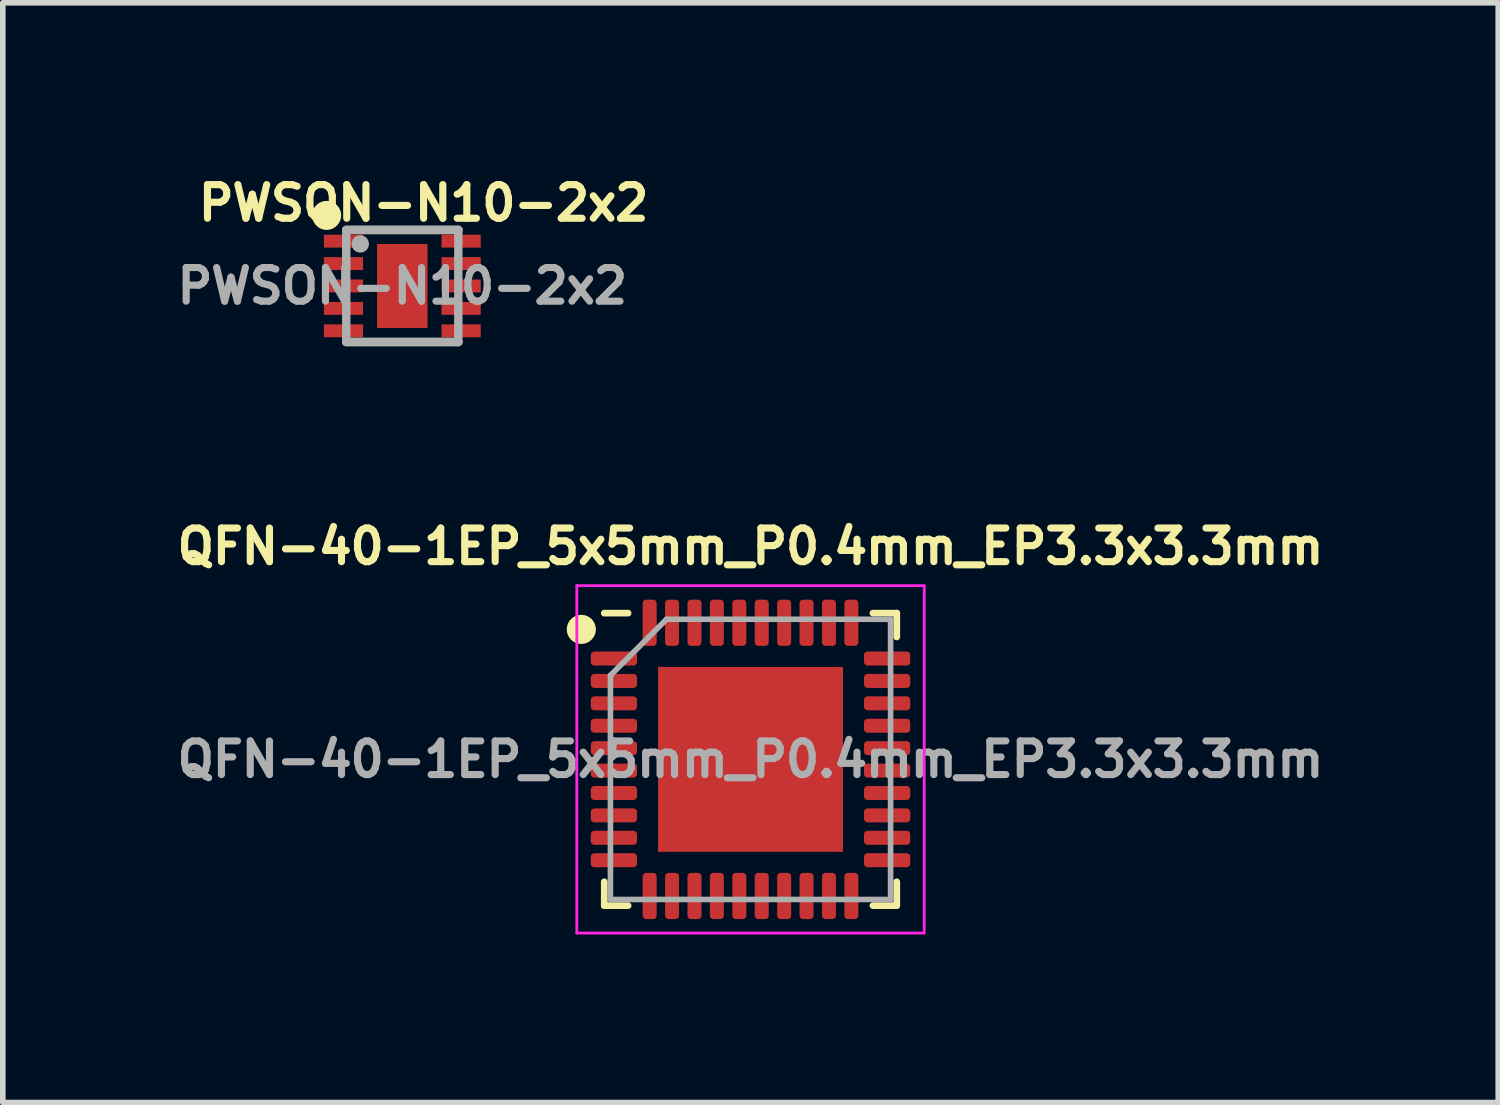
<source format=kicad_pcb>
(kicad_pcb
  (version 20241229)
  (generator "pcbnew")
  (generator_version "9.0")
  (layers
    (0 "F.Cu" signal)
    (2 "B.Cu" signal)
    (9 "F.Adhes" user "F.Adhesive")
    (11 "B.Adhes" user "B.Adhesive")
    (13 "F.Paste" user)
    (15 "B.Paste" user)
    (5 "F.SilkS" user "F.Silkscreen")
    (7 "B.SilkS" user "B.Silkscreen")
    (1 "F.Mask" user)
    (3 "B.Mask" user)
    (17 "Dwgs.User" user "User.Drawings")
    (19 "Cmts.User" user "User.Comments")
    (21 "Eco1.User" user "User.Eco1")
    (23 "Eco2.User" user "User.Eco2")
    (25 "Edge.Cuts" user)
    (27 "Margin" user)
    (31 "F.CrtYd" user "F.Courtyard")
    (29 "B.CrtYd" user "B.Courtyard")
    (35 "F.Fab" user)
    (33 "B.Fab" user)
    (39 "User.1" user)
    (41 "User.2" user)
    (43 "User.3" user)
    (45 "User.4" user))
  (footprint "PWSON-N10-2x2"
    (layer "F.Cu")
    (at 4.13 2.054)
    (property "Reference" "PWSON-N10-2x2" (at 0.38 -1.48 0) (layer "F.SilkS") (effects (font (size 0.6 0.6) (thickness 0.127))))
    (attr smd)
    (fp_line (start -1 -1) (end 1 -1) (stroke (width 0.15) (type solid)) (layer "F.SilkS"))
    (fp_line (start -1 1) (end 1 1) (stroke (width 0.15) (type solid)) (layer "F.SilkS"))
    (fp_circle (center -1.35 -1.26) (end -1.166 -1.26) (stroke (width 0.15) (type solid)) (fill yes) (layer "F.SilkS"))
    (fp_line (start -1 -1) (end 1 -1) (stroke (width 0.15) (type solid)) (layer "F.Fab"))
    (fp_line (start -1 1) (end -1 -1) (stroke (width 0.15) (type solid)) (layer "F.Fab"))
    (fp_line (start 1 -1) (end 1 1) (stroke (width 0.15) (type solid)) (layer "F.Fab"))
    (fp_line (start 1 1) (end -1 1) (stroke (width 0.15) (type solid)) (layer "F.Fab"))
    (fp_circle (center -0.75 -0.75) (end -0.67 -0.75) (stroke (width 0.15) (type solid)) (fill no) (layer "F.Fab"))
    (fp_text user "${REFERENCE}" (at 0 0 0) (layer "F.Fab") (effects (font (size 0.6 0.6) (thickness 0.127))))
    (pad "1" smd rect (at -1.05 -0.8) (size 0.7 0.23) (layers "F.Cu" "F.Mask" "F.Paste"))
    (pad "2" smd rect (at -1.05 -0.4) (size 0.7 0.23) (layers "F.Cu" "F.Mask" "F.Paste"))
    (pad "3" smd rect (at -1.05 0) (size 0.7 0.23) (layers "F.Cu" "F.Mask" "F.Paste"))
    (pad "4" smd rect (at -1.05 0.4) (size 0.7 0.23) (layers "F.Cu" "F.Mask" "F.Paste"))
    (pad "5" smd rect (at -1.05 0.8) (size 0.7 0.23) (layers "F.Cu" "F.Mask" "F.Paste"))
    (pad "6" smd rect (at 1.05 0.8) (size 0.7 0.23) (layers "F.Cu" "F.Mask" "F.Paste"))
    (pad "7" smd rect (at 1.05 0.4) (size 0.7 0.23) (layers "F.Cu" "F.Mask" "F.Paste"))
    (pad "8" smd rect (at 1.05 0) (size 0.7 0.23) (layers "F.Cu" "F.Mask" "F.Paste"))
    (pad "9" smd rect (at 1.05 -0.4) (size 0.7 0.23) (layers "F.Cu" "F.Mask" "F.Paste"))
    (pad "10" smd rect (at 1.05 -0.8) (size 0.7 0.23) (layers "F.Cu" "F.Mask" "F.Paste"))
    (pad "11" smd rect (at 0 0) (size 0.9 1.5) (layers "F.Cu" "F.Mask" "F.Paste")))
  (footprint "QFN-40-1EP_5x5mm_P0.4mm_EP3.3x3.3mm"
    (layer "F.Cu")
    (at 10.345 10.503)
    (property "Reference" "QFN-40-1EP_5x5mm_P0.4mm_EP3.3x3.3mm" (at 0 -3.8 0) (layer "F.SilkS") (effects (font (size 0.6 0.6) (thickness 0.127))))
    (attr smd)
    (fp_line (start -2.61 2.61) (end -2.61 2.185) (stroke (width 0.12) (type solid)) (layer "F.SilkS"))
    (fp_line (start -2.185 -2.61) (end -2.61 -2.61) (stroke (width 0.12) (type solid)) (layer "F.SilkS"))
    (fp_line (start -2.185 2.61) (end -2.61 2.61) (stroke (width 0.12) (type solid)) (layer "F.SilkS"))
    (fp_line (start 2.185 -2.61) (end 2.61 -2.61) (stroke (width 0.12) (type solid)) (layer "F.SilkS"))
    (fp_line (start 2.185 2.61) (end 2.61 2.61) (stroke (width 0.12) (type solid)) (layer "F.SilkS"))
    (fp_line (start 2.61 -2.61) (end 2.61 -2.185) (stroke (width 0.12) (type solid)) (layer "F.SilkS"))
    (fp_line (start 2.61 2.61) (end 2.61 2.185) (stroke (width 0.12) (type solid)) (layer "F.SilkS"))
    (fp_circle (center -3.02 -2.32) (end -2.82 -2.32) (stroke (width 0.12) (type solid)) (fill yes) (layer "F.SilkS"))
    (fp_line (start -3.1 -3.1) (end -3.1 3.1) (stroke (width 0.05) (type solid)) (layer "F.CrtYd"))
    (fp_line (start -3.1 3.1) (end 3.1 3.1) (stroke (width 0.05) (type solid)) (layer "F.CrtYd"))
    (fp_line (start 3.1 -3.1) (end -3.1 -3.1) (stroke (width 0.05) (type solid)) (layer "F.CrtYd"))
    (fp_line (start 3.1 3.1) (end 3.1 -3.1) (stroke (width 0.05) (type solid)) (layer "F.CrtYd"))
    (fp_line (start -2.5 -1.5) (end -1.5 -2.5) (stroke (width 0.1) (type solid)) (layer "F.Fab"))
    (fp_line (start -2.5 2.5) (end -2.5 -1.5) (stroke (width 0.1) (type solid)) (layer "F.Fab"))
    (fp_line (start -1.5 -2.5) (end 2.5 -2.5) (stroke (width 0.1) (type solid)) (layer "F.Fab"))
    (fp_line (start 2.5 -2.5) (end 2.5 2.5) (stroke (width 0.1) (type solid)) (layer "F.Fab"))
    (fp_line (start 2.5 2.5) (end -2.5 2.5) (stroke (width 0.1) (type solid)) (layer "F.Fab"))
    (fp_text user "${REFERENCE}" (at 0 0 0) (layer "F.Fab") (effects (font (size 0.6 0.6) (thickness 0.127))))
    (pad "" smd roundrect (at -1.05 -1.05) (size 0.85 0.85) (layers "F.Paste") (roundrect_rratio 0.25))
    (pad "" smd roundrect (at -1.05 0) (size 0.85 0.85) (layers "F.Paste") (roundrect_rratio 0.25))
    (pad "" smd roundrect (at -1.05 1.05) (size 0.85 0.85) (layers "F.Paste") (roundrect_rratio 0.25))
    (pad "" smd roundrect (at 0 -1.05) (size 0.85 0.85) (layers "F.Paste") (roundrect_rratio 0.25))
    (pad "" smd roundrect (at 0 0) (size 0.85 0.85) (layers "F.Paste") (roundrect_rratio 0.25))
    (pad "" smd roundrect (at 0 1.05) (size 0.85 0.85) (layers "F.Paste") (roundrect_rratio 0.25))
    (pad "" smd roundrect (at 1.05 -1.05) (size 0.85 0.85) (layers "F.Paste") (roundrect_rratio 0.25))
    (pad "" smd roundrect (at 1.05 0) (size 0.85 0.85) (layers "F.Paste") (roundrect_rratio 0.25))
    (pad "" smd roundrect (at 1.05 1.05) (size 0.85 0.85) (layers "F.Paste") (roundrect_rratio 0.25))
    (pad "1" smd roundrect (at -2.438 -1.8) (size 0.825 0.25) (layers "F.Cu" "F.Mask" "F.Paste") (roundrect_rratio 0.25))
    (pad "2" smd roundrect (at -2.438 -1.4) (size 0.825 0.25) (layers "F.Cu" "F.Mask" "F.Paste") (roundrect_rratio 0.25))
    (pad "3" smd roundrect (at -2.438 -1) (size 0.825 0.25) (layers "F.Cu" "F.Mask" "F.Paste") (roundrect_rratio 0.25))
    (pad "4" smd roundrect (at -2.438 -0.6) (size 0.825 0.25) (layers "F.Cu" "F.Mask" "F.Paste") (roundrect_rratio 0.25))
    (pad "5" smd roundrect (at -2.438 -0.2) (size 0.825 0.25) (layers "F.Cu" "F.Mask" "F.Paste") (roundrect_rratio 0.25))
    (pad "6" smd roundrect (at -2.438 0.2) (size 0.825 0.25) (layers "F.Cu" "F.Mask" "F.Paste") (roundrect_rratio 0.25))
    (pad "7" smd roundrect (at -2.438 0.6) (size 0.825 0.25) (layers "F.Cu" "F.Mask" "F.Paste") (roundrect_rratio 0.25))
    (pad "8" smd roundrect (at -2.438 1) (size 0.825 0.25) (layers "F.Cu" "F.Mask" "F.Paste") (roundrect_rratio 0.25))
    (pad "9" smd roundrect (at -2.438 1.4) (size 0.825 0.25) (layers "F.Cu" "F.Mask" "F.Paste") (roundrect_rratio 0.25))
    (pad "10" smd roundrect (at -2.438 1.8) (size 0.825 0.25) (layers "F.Cu" "F.Mask" "F.Paste") (roundrect_rratio 0.25))
    (pad "11" smd roundrect (at -1.8 2.438) (size 0.25 0.825) (layers "F.Cu" "F.Mask" "F.Paste") (roundrect_rratio 0.25))
    (pad "12" smd roundrect (at -1.4 2.438) (size 0.25 0.825) (layers "F.Cu" "F.Mask" "F.Paste") (roundrect_rratio 0.25))
    (pad "13" smd roundrect (at -1 2.438) (size 0.25 0.825) (layers "F.Cu" "F.Mask" "F.Paste") (roundrect_rratio 0.25))
    (pad "14" smd roundrect (at -0.6 2.438) (size 0.25 0.825) (layers "F.Cu" "F.Mask" "F.Paste") (roundrect_rratio 0.25))
    (pad "15" smd roundrect (at -0.2 2.438) (size 0.25 0.825) (layers "F.Cu" "F.Mask" "F.Paste") (roundrect_rratio 0.25))
    (pad "16" smd roundrect (at 0.2 2.438) (size 0.25 0.825) (layers "F.Cu" "F.Mask" "F.Paste") (roundrect_rratio 0.25))
    (pad "17" smd roundrect (at 0.6 2.438) (size 0.25 0.825) (layers "F.Cu" "F.Mask" "F.Paste") (roundrect_rratio 0.25))
    (pad "18" smd roundrect (at 1 2.438) (size 0.25 0.825) (layers "F.Cu" "F.Mask" "F.Paste") (roundrect_rratio 0.25))
    (pad "19" smd roundrect (at 1.4 2.438) (size 0.25 0.825) (layers "F.Cu" "F.Mask" "F.Paste") (roundrect_rratio 0.25))
    (pad "20" smd roundrect (at 1.8 2.438) (size 0.25 0.825) (layers "F.Cu" "F.Mask" "F.Paste") (roundrect_rratio 0.25))
    (pad "21" smd roundrect (at 2.438 1.8) (size 0.825 0.25) (layers "F.Cu" "F.Mask" "F.Paste") (roundrect_rratio 0.25))
    (pad "22" smd roundrect (at 2.438 1.4) (size 0.825 0.25) (layers "F.Cu" "F.Mask" "F.Paste") (roundrect_rratio 0.25))
    (pad "23" smd roundrect (at 2.438 1) (size 0.825 0.25) (layers "F.Cu" "F.Mask" "F.Paste") (roundrect_rratio 0.25))
    (pad "24" smd roundrect (at 2.438 0.6) (size 0.825 0.25) (layers "F.Cu" "F.Mask" "F.Paste") (roundrect_rratio 0.25))
    (pad "25" smd roundrect (at 2.438 0.2) (size 0.825 0.25) (layers "F.Cu" "F.Mask" "F.Paste") (roundrect_rratio 0.25))
    (pad "26" smd roundrect (at 2.438 -0.2) (size 0.825 0.25) (layers "F.Cu" "F.Mask" "F.Paste") (roundrect_rratio 0.25))
    (pad "27" smd roundrect (at 2.438 -0.6) (size 0.825 0.25) (layers "F.Cu" "F.Mask" "F.Paste") (roundrect_rratio 0.25))
    (pad "28" smd roundrect (at 2.438 -1) (size 0.825 0.25) (layers "F.Cu" "F.Mask" "F.Paste") (roundrect_rratio 0.25))
    (pad "29" smd roundrect (at 2.438 -1.4) (size 0.825 0.25) (layers "F.Cu" "F.Mask" "F.Paste") (roundrect_rratio 0.25))
    (pad "30" smd roundrect (at 2.438 -1.8) (size 0.825 0.25) (layers "F.Cu" "F.Mask" "F.Paste") (roundrect_rratio 0.25))
    (pad "31" smd roundrect (at 1.8 -2.438) (size 0.25 0.825) (layers "F.Cu" "F.Mask" "F.Paste") (roundrect_rratio 0.25))
    (pad "32" smd roundrect (at 1.4 -2.438) (size 0.25 0.825) (layers "F.Cu" "F.Mask" "F.Paste") (roundrect_rratio 0.25))
    (pad "33" smd roundrect (at 1 -2.438) (size 0.25 0.825) (layers "F.Cu" "F.Mask" "F.Paste") (roundrect_rratio 0.25))
    (pad "34" smd roundrect (at 0.6 -2.438) (size 0.25 0.825) (layers "F.Cu" "F.Mask" "F.Paste") (roundrect_rratio 0.25))
    (pad "35" smd roundrect (at 0.2 -2.438) (size 0.25 0.825) (layers "F.Cu" "F.Mask" "F.Paste") (roundrect_rratio 0.25))
    (pad "36" smd roundrect (at -0.2 -2.438) (size 0.25 0.825) (layers "F.Cu" "F.Mask" "F.Paste") (roundrect_rratio 0.25))
    (pad "37" smd roundrect (at -0.6 -2.438) (size 0.25 0.825) (layers "F.Cu" "F.Mask" "F.Paste") (roundrect_rratio 0.25))
    (pad "38" smd roundrect (at -1 -2.438) (size 0.25 0.825) (layers "F.Cu" "F.Mask" "F.Paste") (roundrect_rratio 0.25))
    (pad "39" smd roundrect (at -1.4 -2.438) (size 0.25 0.825) (layers "F.Cu" "F.Mask" "F.Paste") (roundrect_rratio 0.25))
    (pad "40" smd roundrect (at -1.8 -2.438) (size 0.25 0.825) (layers "F.Cu" "F.Mask" "F.Paste") (roundrect_rratio 0.25))
    (pad "41" smd rect (at 0 0) (size 3.3 3.3) (layers "F.Cu" "F.Mask")))
  (gr_rect
    (start -3 -3)
    (end 23.69 16.628)
    (stroke (width 0.1) (type default))
    (fill no)
    (layer "Edge.Cuts")))
</source>
